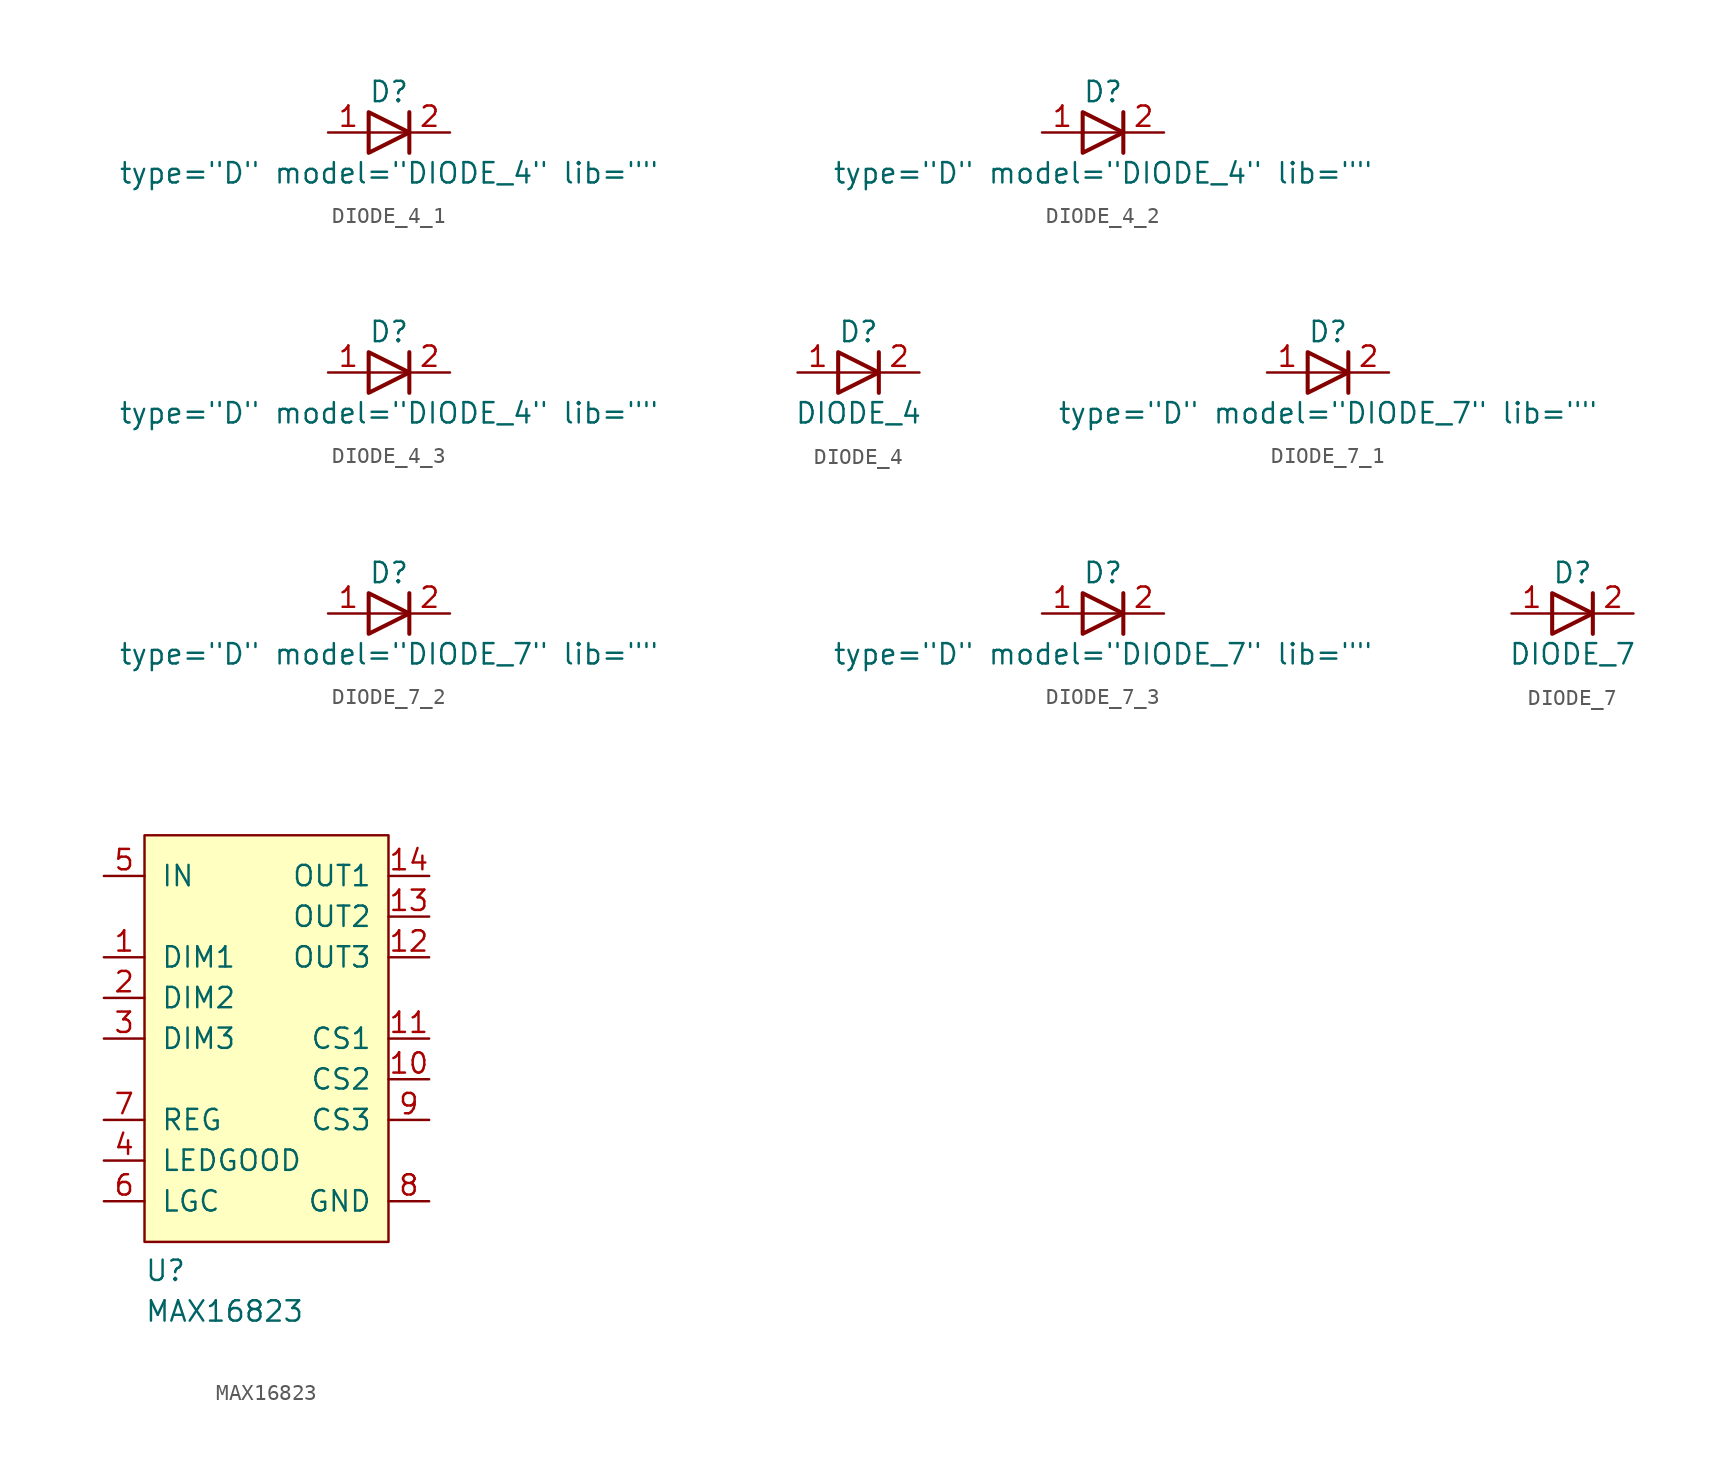
<source format=kicad_sym>
(kicad_symbol_lib
  (version 20231120)
  (generator "kicad_symbol_editor")
  (generator_version "8.0")
  (symbol "DIODE_4_1"
    (pin_names
      (offset 1.016) hide)
    (property "Reference" "D"
      (at 0 2.54 0)
      (effects (font (size 1.27 1.27))))
    (property "Value" "${SIM.PARAMS}"
      (at 0 -2.54 0)
      (effects (font (size 1.27 1.27))))
    (property "Sim.Params" "type=\"D\" model=\"DIODE_4\" lib=\"\""
      (at 0 0 0)
      (effects (font (size 1.27 1.27)) (hide yes)))
    (symbol "DIODE_4_1_0_1"
      (polyline (pts (xy 1.27 0) (xy -1.27 0)) (stroke (width 0) (type default)) (fill (type none)))
      (polyline (pts (xy 1.27 1.27) (xy 1.27 -1.27)) (stroke (width 0.254) (type default)) (fill (type none)))
      (polyline (pts (xy -1.27 -1.27) (xy -1.27 1.27) (xy 1.27 0) (xy -1.27 -1.27)) (stroke (width 0.254) (type default)) (fill (type none))))
    (symbol "DIODE_4_1_1_1"
      (pin passive line (at -3.81 0 0) (length 2.54) (name "A" (effects (font (size 1.27 1.27)))) (number "1" (effects (font (size 1.27 1.27)))))
      (pin passive line (at 3.81 0 180) (length 2.54) (name "K" (effects (font (size 1.27 1.27)))) (number "2" (effects (font (size 1.27 1.27)))))))
  (symbol "DIODE_4_2"
    (pin_names
      (offset 1.016) hide)
    (property "Reference" "D"
      (at 0 2.54 0)
      (effects (font (size 1.27 1.27))))
    (property "Value" "${SIM.PARAMS}"
      (at 0 -2.54 0)
      (effects (font (size 1.27 1.27))))
    (property "Sim.Params" "type=\"D\" model=\"DIODE_4\" lib=\"\""
      (at 0 0 0)
      (effects (font (size 1.27 1.27)) (hide yes)))
    (symbol "DIODE_4_2_0_1"
      (polyline (pts (xy 1.27 0) (xy -1.27 0)) (stroke (width 0) (type default)) (fill (type none)))
      (polyline (pts (xy 1.27 1.27) (xy 1.27 -1.27)) (stroke (width 0.254) (type default)) (fill (type none)))
      (polyline (pts (xy -1.27 -1.27) (xy -1.27 1.27) (xy 1.27 0) (xy -1.27 -1.27)) (stroke (width 0.254) (type default)) (fill (type none))))
    (symbol "DIODE_4_2_1_1"
      (pin passive line (at -3.81 0 0) (length 2.54) (name "A" (effects (font (size 1.27 1.27)))) (number "1" (effects (font (size 1.27 1.27)))))
      (pin passive line (at 3.81 0 180) (length 2.54) (name "K" (effects (font (size 1.27 1.27)))) (number "2" (effects (font (size 1.27 1.27)))))))
  (symbol "DIODE_4_3"
    (pin_names
      (offset 1.016) hide)
    (property "Reference" "D"
      (at 0 2.54 0)
      (effects (font (size 1.27 1.27))))
    (property "Value" "${SIM.PARAMS}"
      (at 0 -2.54 0)
      (effects (font (size 1.27 1.27))))
    (property "Sim.Params" "type=\"D\" model=\"DIODE_4\" lib=\"\""
      (at 0 0 0)
      (effects (font (size 1.27 1.27)) (hide yes)))
    (symbol "DIODE_4_3_0_1"
      (polyline (pts (xy 1.27 0) (xy -1.27 0)) (stroke (width 0) (type default)) (fill (type none)))
      (polyline (pts (xy 1.27 1.27) (xy 1.27 -1.27)) (stroke (width 0.254) (type default)) (fill (type none)))
      (polyline (pts (xy -1.27 -1.27) (xy -1.27 1.27) (xy 1.27 0) (xy -1.27 -1.27)) (stroke (width 0.254) (type default)) (fill (type none))))
    (symbol "DIODE_4_3_1_1"
      (pin passive line (at -3.81 0 0) (length 2.54) (name "A" (effects (font (size 1.27 1.27)))) (number "1" (effects (font (size 1.27 1.27)))))
      (pin passive line (at 3.81 0 180) (length 2.54) (name "K" (effects (font (size 1.27 1.27)))) (number "2" (effects (font (size 1.27 1.27)))))))
  (symbol "DIODE_4"
    (pin_names
      (offset 1.016) hide)
    (property "Reference" "D"
      (at 0 2.54 0)
      (effects (font (size 1.27 1.27))))
    (property "Value" "DIODE_4"
      (at 0 -2.54 0)
      (effects (font (size 1.27 1.27))))
    (symbol "DIODE_4_0_1"
      (polyline (pts (xy 1.27 0) (xy -1.27 0)) (stroke (width 0) (type default)) (fill (type none)))
      (polyline (pts (xy 1.27 1.27) (xy 1.27 -1.27)) (stroke (width 0.254) (type default)) (fill (type none)))
      (polyline (pts (xy -1.27 -1.27) (xy -1.27 1.27) (xy 1.27 0) (xy -1.27 -1.27)) (stroke (width 0.254) (type default)) (fill (type none))))
    (symbol "DIODE_4_1_1"
      (pin passive line (at -3.81 0 0) (length 2.54) (name "A" (effects (font (size 1.27 1.27)))) (number "1" (effects (font (size 1.27 1.27)))))
      (pin passive line (at 3.81 0 180) (length 2.54) (name "K" (effects (font (size 1.27 1.27)))) (number "2" (effects (font (size 1.27 1.27)))))))
  (symbol "DIODE_7_1"
    (pin_names
      (offset 1.016) hide)
    (property "Reference" "D"
      (at 0 2.54 0)
      (effects (font (size 1.27 1.27))))
    (property "Value" "${SIM.PARAMS}"
      (at 0 -2.54 0)
      (effects (font (size 1.27 1.27))))
    (property "Sim.Params" "type=\"D\" model=\"DIODE_7\" lib=\"\""
      (at 0 0 0)
      (effects (font (size 1.27 1.27)) (hide yes)))
    (symbol "DIODE_7_1_0_1"
      (polyline (pts (xy 1.27 0) (xy -1.27 0)) (stroke (width 0) (type default)) (fill (type none)))
      (polyline (pts (xy 1.27 1.27) (xy 1.27 -1.27)) (stroke (width 0.254) (type default)) (fill (type none)))
      (polyline (pts (xy -1.27 -1.27) (xy -1.27 1.27) (xy 1.27 0) (xy -1.27 -1.27)) (stroke (width 0.254) (type default)) (fill (type none))))
    (symbol "DIODE_7_1_1_1"
      (pin passive line (at -3.81 0 0) (length 2.54) (name "A" (effects (font (size 1.27 1.27)))) (number "1" (effects (font (size 1.27 1.27)))))
      (pin passive line (at 3.81 0 180) (length 2.54) (name "K" (effects (font (size 1.27 1.27)))) (number "2" (effects (font (size 1.27 1.27)))))))
  (symbol "DIODE_7_2"
    (pin_names
      (offset 1.016) hide)
    (property "Reference" "D"
      (at 0 2.54 0)
      (effects (font (size 1.27 1.27))))
    (property "Value" "${SIM.PARAMS}"
      (at 0 -2.54 0)
      (effects (font (size 1.27 1.27))))
    (property "Sim.Params" "type=\"D\" model=\"DIODE_7\" lib=\"\""
      (at 0 0 0)
      (effects (font (size 1.27 1.27)) (hide yes)))
    (symbol "DIODE_7_2_0_1"
      (polyline (pts (xy 1.27 0) (xy -1.27 0)) (stroke (width 0) (type default)) (fill (type none)))
      (polyline (pts (xy 1.27 1.27) (xy 1.27 -1.27)) (stroke (width 0.254) (type default)) (fill (type none)))
      (polyline (pts (xy -1.27 -1.27) (xy -1.27 1.27) (xy 1.27 0) (xy -1.27 -1.27)) (stroke (width 0.254) (type default)) (fill (type none))))
    (symbol "DIODE_7_2_1_1"
      (pin passive line (at -3.81 0 0) (length 2.54) (name "A" (effects (font (size 1.27 1.27)))) (number "1" (effects (font (size 1.27 1.27)))))
      (pin passive line (at 3.81 0 180) (length 2.54) (name "K" (effects (font (size 1.27 1.27)))) (number "2" (effects (font (size 1.27 1.27)))))))
  (symbol "DIODE_7_3"
    (pin_names
      (offset 1.016) hide)
    (property "Reference" "D"
      (at 0 2.54 0)
      (effects (font (size 1.27 1.27))))
    (property "Value" "${SIM.PARAMS}"
      (at 0 -2.54 0)
      (effects (font (size 1.27 1.27))))
    (property "Sim.Params" "type=\"D\" model=\"DIODE_7\" lib=\"\""
      (at 0 0 0)
      (effects (font (size 1.27 1.27)) (hide yes)))
    (symbol "DIODE_7_3_0_1"
      (polyline (pts (xy 1.27 0) (xy -1.27 0)) (stroke (width 0) (type default)) (fill (type none)))
      (polyline (pts (xy 1.27 1.27) (xy 1.27 -1.27)) (stroke (width 0.254) (type default)) (fill (type none)))
      (polyline (pts (xy -1.27 -1.27) (xy -1.27 1.27) (xy 1.27 0) (xy -1.27 -1.27)) (stroke (width 0.254) (type default)) (fill (type none))))
    (symbol "DIODE_7_3_1_1"
      (pin passive line (at -3.81 0 0) (length 2.54) (name "A" (effects (font (size 1.27 1.27)))) (number "1" (effects (font (size 1.27 1.27)))))
      (pin passive line (at 3.81 0 180) (length 2.54) (name "K" (effects (font (size 1.27 1.27)))) (number "2" (effects (font (size 1.27 1.27)))))))
  (symbol "DIODE_7"
    (pin_names
      (offset 1.016) hide)
    (property "Reference" "D"
      (at 0 2.54 0)
      (effects (font (size 1.27 1.27))))
    (property "Value" "DIODE_7"
      (at 0 -2.54 0)
      (effects (font (size 1.27 1.27))))
    (symbol "DIODE_7_0_1"
      (polyline (pts (xy 1.27 0) (xy -1.27 0)) (stroke (width 0) (type default)) (fill (type none)))
      (polyline (pts (xy 1.27 1.27) (xy 1.27 -1.27)) (stroke (width 0.254) (type default)) (fill (type none)))
      (polyline (pts (xy -1.27 -1.27) (xy -1.27 1.27) (xy 1.27 0) (xy -1.27 -1.27)) (stroke (width 0.254) (type default)) (fill (type none))))
    (symbol "DIODE_7_1_1"
      (pin passive line (at -3.81 0 0) (length 2.54) (name "A" (effects (font (size 1.27 1.27)))) (number "1" (effects (font (size 1.27 1.27)))))
      (pin passive line (at 3.81 0 180) (length 2.54) (name "K" (effects (font (size 1.27 1.27)))) (number "2" (effects (font (size 1.27 1.27)))))))
  (symbol "MAX16823"
    (pin_names
      (offset 1.016))
    (property "Reference" "U"
      (at -7.62 -15.24 0)
      (effects (font (size 1.27 1.27)) (justify left bottom)))
    (property "Value" "MAX16823"
      (at -7.62 -17.78 0)
      (effects (font (size 1.27 1.27)) (justify left bottom)))
    (symbol "MAX16823_0_1"
      (rectangle (start -7.62 12.7) (end 7.62 -12.7) (stroke (width 0) (type default)) (fill (type background))))
    (symbol "MAX16823_1_1"
      (pin passive line (at -10.16 5.08 0) (length 2.54) (name "DIM1" (effects (font (size 1.27 1.27)))) (number "1" (effects (font (size 1.27 1.27)))))
      (pin passive line (at 10.16 -2.54 180) (length 2.54) (name "CS2" (effects (font (size 1.27 1.27)))) (number "10" (effects (font (size 1.27 1.27)))))
      (pin passive line (at 10.16 0 180) (length 2.54) (name "CS1" (effects (font (size 1.27 1.27)))) (number "11" (effects (font (size 1.27 1.27)))))
      (pin passive line (at 10.16 5.08 180) (length 2.54) (name "OUT3" (effects (font (size 1.27 1.27)))) (number "12" (effects (font (size 1.27 1.27)))))
      (pin passive line (at 10.16 7.62 180) (length 2.54) (name "OUT2" (effects (font (size 1.27 1.27)))) (number "13" (effects (font (size 1.27 1.27)))))
      (pin passive line (at 10.16 10.16 180) (length 2.54) (name "OUT1" (effects (font (size 1.27 1.27)))) (number "14" (effects (font (size 1.27 1.27)))))
      (pin passive line (at -10.16 2.54 0) (length 2.54) (name "DIM2" (effects (font (size 1.27 1.27)))) (number "2" (effects (font (size 1.27 1.27)))))
      (pin passive line (at -10.16 0 0) (length 2.54) (name "DIM3" (effects (font (size 1.27 1.27)))) (number "3" (effects (font (size 1.27 1.27)))))
      (pin passive line (at -10.16 -7.62 0) (length 2.54) (name "LEDGOOD" (effects (font (size 1.27 1.27)))) (number "4" (effects (font (size 1.27 1.27)))))
      (pin passive line (at -10.16 10.16 0) (length 2.54) (name "IN" (effects (font (size 1.27 1.27)))) (number "5" (effects (font (size 1.27 1.27)))))
      (pin passive line (at -10.16 -10.16 0) (length 2.54) (name "LGC" (effects (font (size 1.27 1.27)))) (number "6" (effects (font (size 1.27 1.27)))))
      (pin passive line (at -10.16 -5.08 0) (length 2.54) (name "REG" (effects (font (size 1.27 1.27)))) (number "7" (effects (font (size 1.27 1.27)))))
      (pin passive line (at 10.16 -10.16 180) (length 2.54) (name "GND" (effects (font (size 1.27 1.27)))) (number "8" (effects (font (size 1.27 1.27)))))
      (pin passive line (at 10.16 -5.08 180) (length 2.54) (name "CS3" (effects (font (size 1.27 1.27)))) (number "9" (effects (font (size 1.27 1.27))))))))
</source>
